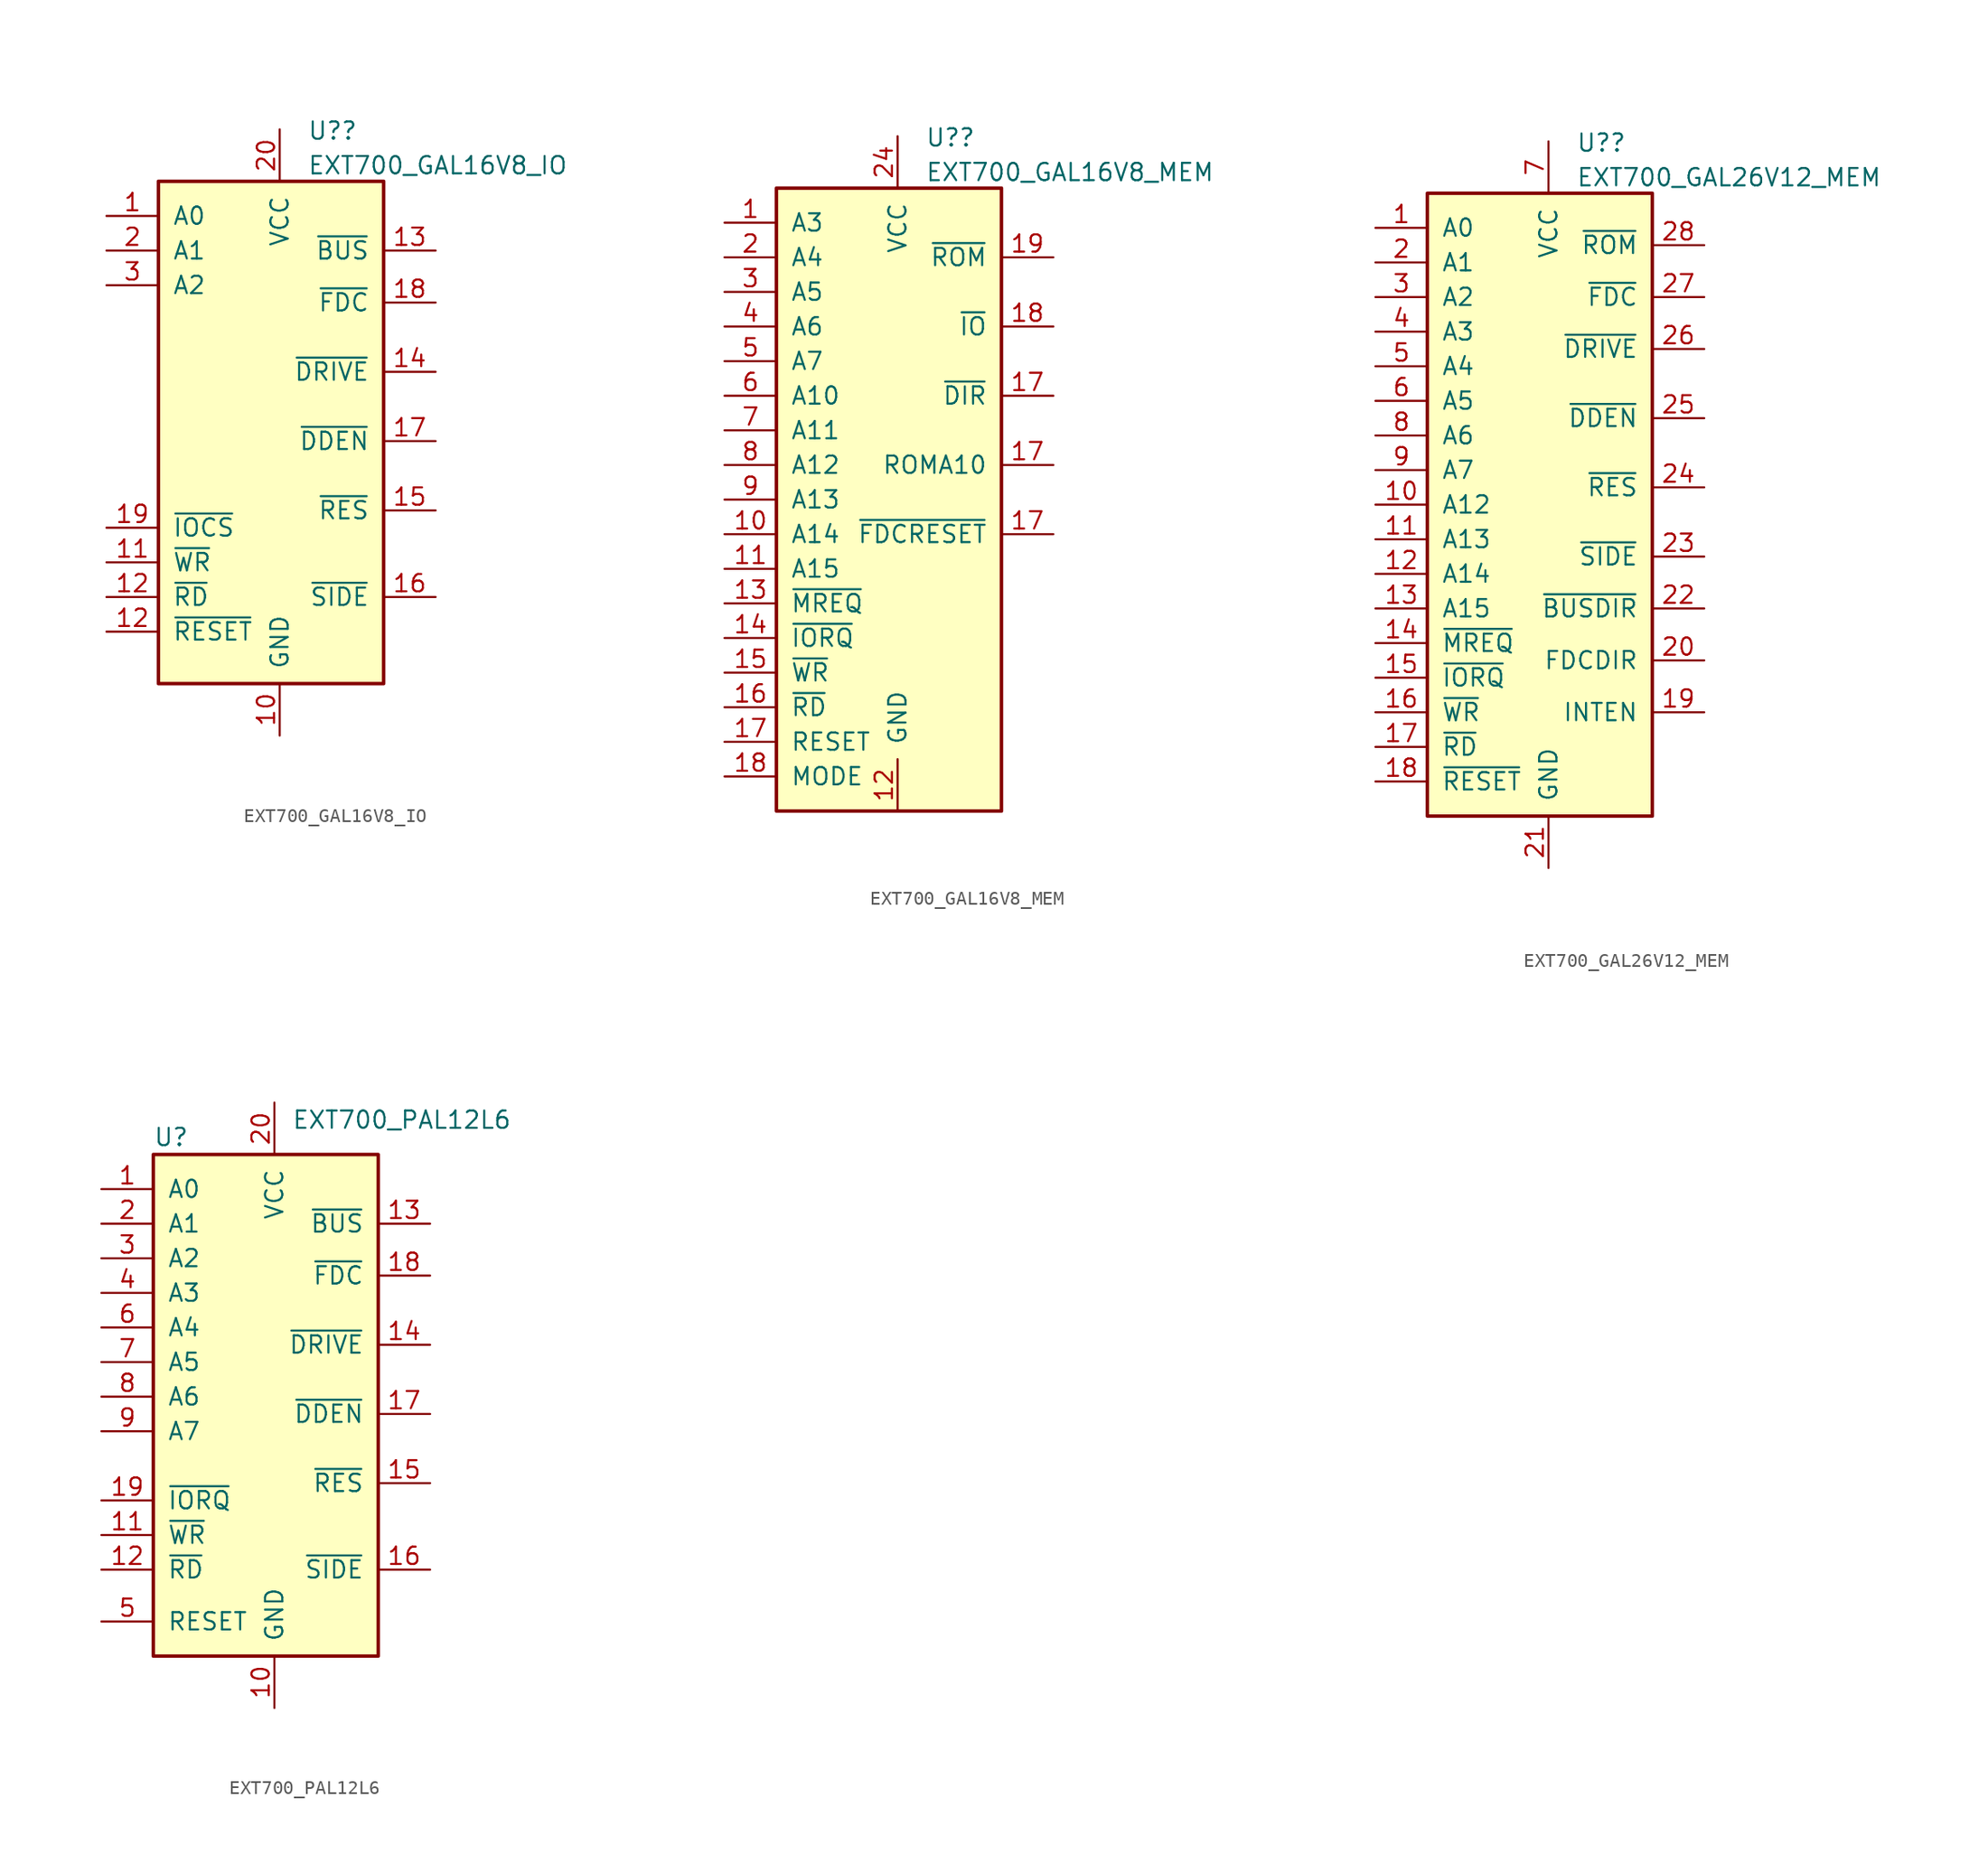
<source format=kicad_sym>
(kicad_symbol_lib
  (version 20220914)
  (generator kicad_symbol_editor)
  (symbol "EXT700_GAL16V8_IO"
    (pin_names
      (offset 1.016))
    (property "Reference" "U?"
      (at 2.019 18.94 0)
      (effects (font (size 1.27 1.27)) (justify left)))
    (property "Value" "EXT700_GAL16V8_IO"
      (at 2.019 16.403 0)
      (effects (font (size 1.27 1.27)) (justify left)))
    (symbol "EXT700_GAL16V8_IO_0_0"
      (pin power_in line (at 0 -25.4 90) (length 3.81) (name "GND" (effects (font (size 1.27 1.27)))) (number "10" (effects (font (size 1.27 1.27)))))
      (pin power_in line (at 0 19.05 270) (length 3.81) (name "VCC" (effects (font (size 1.27 1.27)))) (number "20" (effects (font (size 1.27 1.27))))))
    (symbol "EXT700_GAL16V8_IO_0_1"
      (rectangle (start -8.89 15.24) (end 7.62 -21.59) (stroke (width 0.254) (type default)) (fill (type background))))
    (symbol "EXT700_GAL16V8_IO_1_1"
      (pin input line (at -12.7 12.7 0) (length 3.81) (name "A0" (effects (font (size 1.27 1.27)))) (number "1" (effects (font (size 1.27 1.27)))))
      (pin input line (at -12.7 -12.7 0) (length 3.81) (name "~{WR}" (effects (font (size 1.27 1.27)))) (number "11" (effects (font (size 1.27 1.27)))))
      (pin input line (at -12.7 -15.24 0) (length 3.81) (name "~{RD}" (effects (font (size 1.27 1.27)))) (number "12" (effects (font (size 1.27 1.27)))))
      (pin input line (at -12.7 -17.78 0) (length 3.81) (name "~{RESET}" (effects (font (size 1.27 1.27)))) (number "12" (effects (font (size 1.27 1.27)))))
      (pin output line (at 11.43 10.16 180) (length 3.81) (name "~{BUS}" (effects (font (size 1.27 1.27)))) (number "13" (effects (font (size 1.27 1.27)))))
      (pin output line (at 11.43 1.27 180) (length 3.81) (name "~{DRIVE}" (effects (font (size 1.27 1.27)))) (number "14" (effects (font (size 1.27 1.27)))))
      (pin output line (at 11.43 -8.89 180) (length 3.81) (name "~{RES}" (effects (font (size 1.27 1.27)))) (number "15" (effects (font (size 1.27 1.27)))))
      (pin output line (at 11.43 -15.24 180) (length 3.81) (name "~{SIDE}" (effects (font (size 1.27 1.27)))) (number "16" (effects (font (size 1.27 1.27)))))
      (pin output line (at 11.43 -3.81 180) (length 3.81) (name "~{DDEN}" (effects (font (size 1.27 1.27)))) (number "17" (effects (font (size 1.27 1.27)))))
      (pin output line (at 11.43 6.35 180) (length 3.81) (name "~{FDC}" (effects (font (size 1.27 1.27)))) (number "18" (effects (font (size 1.27 1.27)))))
      (pin input line (at -12.7 -10.16 0) (length 3.81) (name "~{IOCS}" (effects (font (size 1.27 1.27)))) (number "19" (effects (font (size 1.27 1.27)))))
      (pin input line (at -12.7 10.16 0) (length 3.81) (name "A1" (effects (font (size 1.27 1.27)))) (number "2" (effects (font (size 1.27 1.27)))))
      (pin input line (at -12.7 7.62 0) (length 3.81) (name "A2" (effects (font (size 1.27 1.27)))) (number "3" (effects (font (size 1.27 1.27)))))))
  (symbol "EXT700_GAL16V8_MEM"
    (pin_names
      (offset 1.016))
    (property "Reference" "U?"
      (at 2.019 18.94 0)
      (effects (font (size 1.27 1.27)) (justify left)))
    (property "Value" "EXT700_GAL16V8_MEM"
      (at 2.019 16.403 0)
      (effects (font (size 1.27 1.27)) (justify left)))
    (symbol "EXT700_GAL16V8_MEM_0_0"
      (pin power_in line (at 0 -30.48 90) (length 3.81) (name "GND" (effects (font (size 1.27 1.27)))) (number "12" (effects (font (size 1.27 1.27)))))
      (pin power_in line (at 0 19.05 270) (length 3.81) (name "VCC" (effects (font (size 1.27 1.27)))) (number "24" (effects (font (size 1.27 1.27))))))
    (symbol "EXT700_GAL16V8_MEM_0_1"
      (rectangle (start -8.89 15.24) (end 7.62 -30.48) (stroke (width 0.254) (type default)) (fill (type background))))
    (symbol "EXT700_GAL16V8_MEM_1_1"
      (pin input line (at -12.7 12.7 0) (length 3.81) (name "A3" (effects (font (size 1.27 1.27)))) (number "1" (effects (font (size 1.27 1.27)))))
      (pin input line (at -12.7 -10.16 0) (length 3.81) (name "A14" (effects (font (size 1.27 1.27)))) (number "10" (effects (font (size 1.27 1.27)))))
      (pin input line (at -12.7 -12.7 0) (length 3.81) (name "A15" (effects (font (size 1.27 1.27)))) (number "11" (effects (font (size 1.27 1.27)))))
      (pin input line (at -12.7 -15.24 0) (length 3.81) (name "~{MREQ}" (effects (font (size 1.27 1.27)))) (number "13" (effects (font (size 1.27 1.27)))))
      (pin input line (at -12.7 -17.78 0) (length 3.81) (name "~{IORQ}" (effects (font (size 1.27 1.27)))) (number "14" (effects (font (size 1.27 1.27)))))
      (pin input line (at -12.7 -20.32 0) (length 3.81) (name "~{WR}" (effects (font (size 1.27 1.27)))) (number "15" (effects (font (size 1.27 1.27)))))
      (pin input line (at -12.7 -22.86 0) (length 3.81) (name "~{RD}" (effects (font (size 1.27 1.27)))) (number "16" (effects (font (size 1.27 1.27)))))
      (pin input line (at -12.7 -25.4 0) (length 3.81) (name "RESET" (effects (font (size 1.27 1.27)))) (number "17" (effects (font (size 1.27 1.27)))))
      (pin output line (at 11.43 -5.08 180) (length 3.81) (name "ROMA10" (effects (font (size 1.27 1.27)))) (number "17" (effects (font (size 1.27 1.27)))))
      (pin output line (at 11.43 0 180) (length 3.81) (name "~{DIR}" (effects (font (size 1.27 1.27)))) (number "17" (effects (font (size 1.27 1.27)))))
      (pin output line (at 11.43 -10.16 180) (length 3.81) (name "~{FDCRESET}" (effects (font (size 1.27 1.27)))) (number "17" (effects (font (size 1.27 1.27)))))
      (pin input line (at -12.7 -27.94 0) (length 3.81) (name "MODE" (effects (font (size 1.27 1.27)))) (number "18" (effects (font (size 1.27 1.27)))))
      (pin output line (at 11.43 5.08 180) (length 3.81) (name "~{IO}" (effects (font (size 1.27 1.27)))) (number "18" (effects (font (size 1.27 1.27)))))
      (pin output line (at 11.43 10.16 180) (length 3.81) (name "~{ROM}" (effects (font (size 1.27 1.27)))) (number "19" (effects (font (size 1.27 1.27)))))
      (pin input line (at -12.7 10.16 0) (length 3.81) (name "A4" (effects (font (size 1.27 1.27)))) (number "2" (effects (font (size 1.27 1.27)))))
      (pin input line (at -12.7 7.62 0) (length 3.81) (name "A5" (effects (font (size 1.27 1.27)))) (number "3" (effects (font (size 1.27 1.27)))))
      (pin input line (at -12.7 5.08 0) (length 3.81) (name "A6" (effects (font (size 1.27 1.27)))) (number "4" (effects (font (size 1.27 1.27)))))
      (pin input line (at -12.7 2.54 0) (length 3.81) (name "A7" (effects (font (size 1.27 1.27)))) (number "5" (effects (font (size 1.27 1.27)))))
      (pin input line (at -12.7 0 0) (length 3.81) (name "A10" (effects (font (size 1.27 1.27)))) (number "6" (effects (font (size 1.27 1.27)))))
      (pin input line (at -12.7 -2.54 0) (length 3.81) (name "A11" (effects (font (size 1.27 1.27)))) (number "7" (effects (font (size 1.27 1.27)))))
      (pin input line (at -12.7 -5.08 0) (length 3.81) (name "A12" (effects (font (size 1.27 1.27)))) (number "8" (effects (font (size 1.27 1.27)))))
      (pin input line (at -12.7 -7.62 0) (length 3.81) (name "A13" (effects (font (size 1.27 1.27)))) (number "9" (effects (font (size 1.27 1.27)))))))
  (symbol "EXT700_GAL26V12_MEM"
    (pin_names
      (offset 1.016))
    (property "Reference" "U?"
      (at 2.019 18.94 0)
      (effects (font (size 1.27 1.27)) (justify left)))
    (property "Value" "EXT700_GAL26V12_MEM"
      (at 2.019 16.403 0)
      (effects (font (size 1.27 1.27)) (justify left)))
    (symbol "EXT700_GAL26V12_MEM_0_0"
      (pin power_in line (at 0 -34.29 90) (length 3.81) (name "GND" (effects (font (size 1.27 1.27)))) (number "21" (effects (font (size 1.27 1.27)))))
      (pin power_in line (at 0 19.05 270) (length 3.81) (name "VCC" (effects (font (size 1.27 1.27)))) (number "7" (effects (font (size 1.27 1.27))))))
    (symbol "EXT700_GAL26V12_MEM_0_1"
      (rectangle (start -8.89 15.24) (end 7.62 -30.48) (stroke (width 0.254) (type default)) (fill (type background))))
    (symbol "EXT700_GAL26V12_MEM_1_1"
      (pin input line (at -12.7 12.7 0) (length 3.81) (name "A0" (effects (font (size 1.27 1.27)))) (number "1" (effects (font (size 1.27 1.27)))))
      (pin input line (at -12.7 -7.62 0) (length 3.81) (name "A12" (effects (font (size 1.27 1.27)))) (number "10" (effects (font (size 1.27 1.27)))))
      (pin input line (at -12.7 -10.16 0) (length 3.81) (name "A13" (effects (font (size 1.27 1.27)))) (number "11" (effects (font (size 1.27 1.27)))))
      (pin input line (at -12.7 -12.7 0) (length 3.81) (name "A14" (effects (font (size 1.27 1.27)))) (number "12" (effects (font (size 1.27 1.27)))))
      (pin input line (at -12.7 -15.24 0) (length 3.81) (name "A15" (effects (font (size 1.27 1.27)))) (number "13" (effects (font (size 1.27 1.27)))))
      (pin input line (at -12.7 -17.78 0) (length 3.81) (name "~{MREQ}" (effects (font (size 1.27 1.27)))) (number "14" (effects (font (size 1.27 1.27)))))
      (pin input line (at -12.7 -20.32 0) (length 3.81) (name "~{IORQ}" (effects (font (size 1.27 1.27)))) (number "15" (effects (font (size 1.27 1.27)))))
      (pin input line (at -12.7 -22.86 0) (length 3.81) (name "~{WR}" (effects (font (size 1.27 1.27)))) (number "16" (effects (font (size 1.27 1.27)))))
      (pin input line (at -12.7 -25.4 0) (length 3.81) (name "~{RD}" (effects (font (size 1.27 1.27)))) (number "17" (effects (font (size 1.27 1.27)))))
      (pin input line (at -12.7 -27.94 0) (length 3.81) (name "~{RESET}" (effects (font (size 1.27 1.27)))) (number "18" (effects (font (size 1.27 1.27)))))
      (pin output line (at 11.43 -22.86 180) (length 3.81) (name "INTEN" (effects (font (size 1.27 1.27)))) (number "19" (effects (font (size 1.27 1.27)))))
      (pin input line (at -12.7 10.16 0) (length 3.81) (name "A1" (effects (font (size 1.27 1.27)))) (number "2" (effects (font (size 1.27 1.27)))))
      (pin output line (at 11.43 -19.05 180) (length 3.81) (name "FDCDIR" (effects (font (size 1.27 1.27)))) (number "20" (effects (font (size 1.27 1.27)))))
      (pin output line (at 11.43 -15.24 180) (length 3.81) (name "~{BUSDIR}" (effects (font (size 1.27 1.27)))) (number "22" (effects (font (size 1.27 1.27)))))
      (pin output line (at 11.43 -11.43 180) (length 3.81) (name "~{SIDE}" (effects (font (size 1.27 1.27)))) (number "23" (effects (font (size 1.27 1.27)))))
      (pin output line (at 11.43 -6.35 180) (length 3.81) (name "~{RES}" (effects (font (size 1.27 1.27)))) (number "24" (effects (font (size 1.27 1.27)))))
      (pin output line (at 11.43 -1.27 180) (length 3.81) (name "~{DDEN}" (effects (font (size 1.27 1.27)))) (number "25" (effects (font (size 1.27 1.27)))))
      (pin output line (at 11.43 3.81 180) (length 3.81) (name "~{DRIVE}" (effects (font (size 1.27 1.27)))) (number "26" (effects (font (size 1.27 1.27)))))
      (pin output line (at 11.43 7.62 180) (length 3.81) (name "~{FDC}" (effects (font (size 1.27 1.27)))) (number "27" (effects (font (size 1.27 1.27)))))
      (pin output line (at 11.43 11.43 180) (length 3.81) (name "~{ROM}" (effects (font (size 1.27 1.27)))) (number "28" (effects (font (size 1.27 1.27)))))
      (pin input line (at -12.7 7.62 0) (length 3.81) (name "A2" (effects (font (size 1.27 1.27)))) (number "3" (effects (font (size 1.27 1.27)))))
      (pin input line (at -12.7 5.08 0) (length 3.81) (name "A3" (effects (font (size 1.27 1.27)))) (number "4" (effects (font (size 1.27 1.27)))))
      (pin input line (at -12.7 2.54 0) (length 3.81) (name "A4" (effects (font (size 1.27 1.27)))) (number "5" (effects (font (size 1.27 1.27)))))
      (pin input line (at -12.7 0 0) (length 3.81) (name "A5" (effects (font (size 1.27 1.27)))) (number "6" (effects (font (size 1.27 1.27)))))
      (pin input line (at -12.7 -2.54 0) (length 3.81) (name "A6" (effects (font (size 1.27 1.27)))) (number "8" (effects (font (size 1.27 1.27)))))
      (pin input line (at -12.7 -5.08 0) (length 3.81) (name "A7" (effects (font (size 1.27 1.27)))) (number "9" (effects (font (size 1.27 1.27)))))))
  (symbol "EXT700_PAL12L6"
    (pin_names
      (offset 1.016))
    (property "Reference" "U"
      (at -8.89 16.51 0)
      (effects (font (size 1.27 1.27)) (justify left)))
    (property "Value" "EXT700_PAL12L6"
      (at 1.27 17.78 0)
      (effects (font (size 1.27 1.27)) (justify left)))
    (symbol "EXT700_PAL12L6_0_0"
      (pin power_in line (at 0 -25.4 90) (length 3.81) (name "GND" (effects (font (size 1.27 1.27)))) (number "10" (effects (font (size 1.27 1.27)))))
      (pin power_in line (at 0 19.05 270) (length 3.81) (name "VCC" (effects (font (size 1.27 1.27)))) (number "20" (effects (font (size 1.27 1.27))))))
    (symbol "EXT700_PAL12L6_0_1"
      (rectangle (start -8.89 15.24) (end 7.62 -21.59) (stroke (width 0.254) (type default)) (fill (type background))))
    (symbol "EXT700_PAL12L6_1_1"
      (pin input line (at -12.7 12.7 0) (length 3.81) (name "A0" (effects (font (size 1.27 1.27)))) (number "1" (effects (font (size 1.27 1.27)))))
      (pin input line (at -12.7 -12.7 0) (length 3.81) (name "~{WR}" (effects (font (size 1.27 1.27)))) (number "11" (effects (font (size 1.27 1.27)))))
      (pin input line (at -12.7 -15.24 0) (length 3.81) (name "~{RD}" (effects (font (size 1.27 1.27)))) (number "12" (effects (font (size 1.27 1.27)))))
      (pin output line (at 11.43 10.16 180) (length 3.81) (name "~{BUS}" (effects (font (size 1.27 1.27)))) (number "13" (effects (font (size 1.27 1.27)))))
      (pin output line (at 11.43 1.27 180) (length 3.81) (name "~{DRIVE}" (effects (font (size 1.27 1.27)))) (number "14" (effects (font (size 1.27 1.27)))))
      (pin output line (at 11.43 -8.89 180) (length 3.81) (name "~{RES}" (effects (font (size 1.27 1.27)))) (number "15" (effects (font (size 1.27 1.27)))))
      (pin output line (at 11.43 -15.24 180) (length 3.81) (name "~{SIDE}" (effects (font (size 1.27 1.27)))) (number "16" (effects (font (size 1.27 1.27)))))
      (pin output line (at 11.43 -3.81 180) (length 3.81) (name "~{DDEN}" (effects (font (size 1.27 1.27)))) (number "17" (effects (font (size 1.27 1.27)))))
      (pin output line (at 11.43 6.35 180) (length 3.81) (name "~{FDC}" (effects (font (size 1.27 1.27)))) (number "18" (effects (font (size 1.27 1.27)))))
      (pin input line (at -12.7 -10.16 0) (length 3.81) (name "~{IORQ}" (effects (font (size 1.27 1.27)))) (number "19" (effects (font (size 1.27 1.27)))))
      (pin input line (at -12.7 10.16 0) (length 3.81) (name "A1" (effects (font (size 1.27 1.27)))) (number "2" (effects (font (size 1.27 1.27)))))
      (pin input line (at -12.7 7.62 0) (length 3.81) (name "A2" (effects (font (size 1.27 1.27)))) (number "3" (effects (font (size 1.27 1.27)))))
      (pin input line (at -12.7 5.08 0) (length 3.81) (name "A3" (effects (font (size 1.27 1.27)))) (number "4" (effects (font (size 1.27 1.27)))))
      (pin input line (at -12.7 -19.05 0) (length 3.81) (name "RESET" (effects (font (size 1.27 1.27)))) (number "5" (effects (font (size 1.27 1.27)))))
      (pin input line (at -12.7 2.54 0) (length 3.81) (name "A4" (effects (font (size 1.27 1.27)))) (number "6" (effects (font (size 1.27 1.27)))))
      (pin input line (at -12.7 0 0) (length 3.81) (name "A5" (effects (font (size 1.27 1.27)))) (number "7" (effects (font (size 1.27 1.27)))))
      (pin input line (at -12.7 -2.54 0) (length 3.81) (name "A6" (effects (font (size 1.27 1.27)))) (number "8" (effects (font (size 1.27 1.27)))))
      (pin input line (at -12.7 -5.08 0) (length 3.81) (name "A7" (effects (font (size 1.27 1.27)))) (number "9" (effects (font (size 1.27 1.27))))))))
</source>
